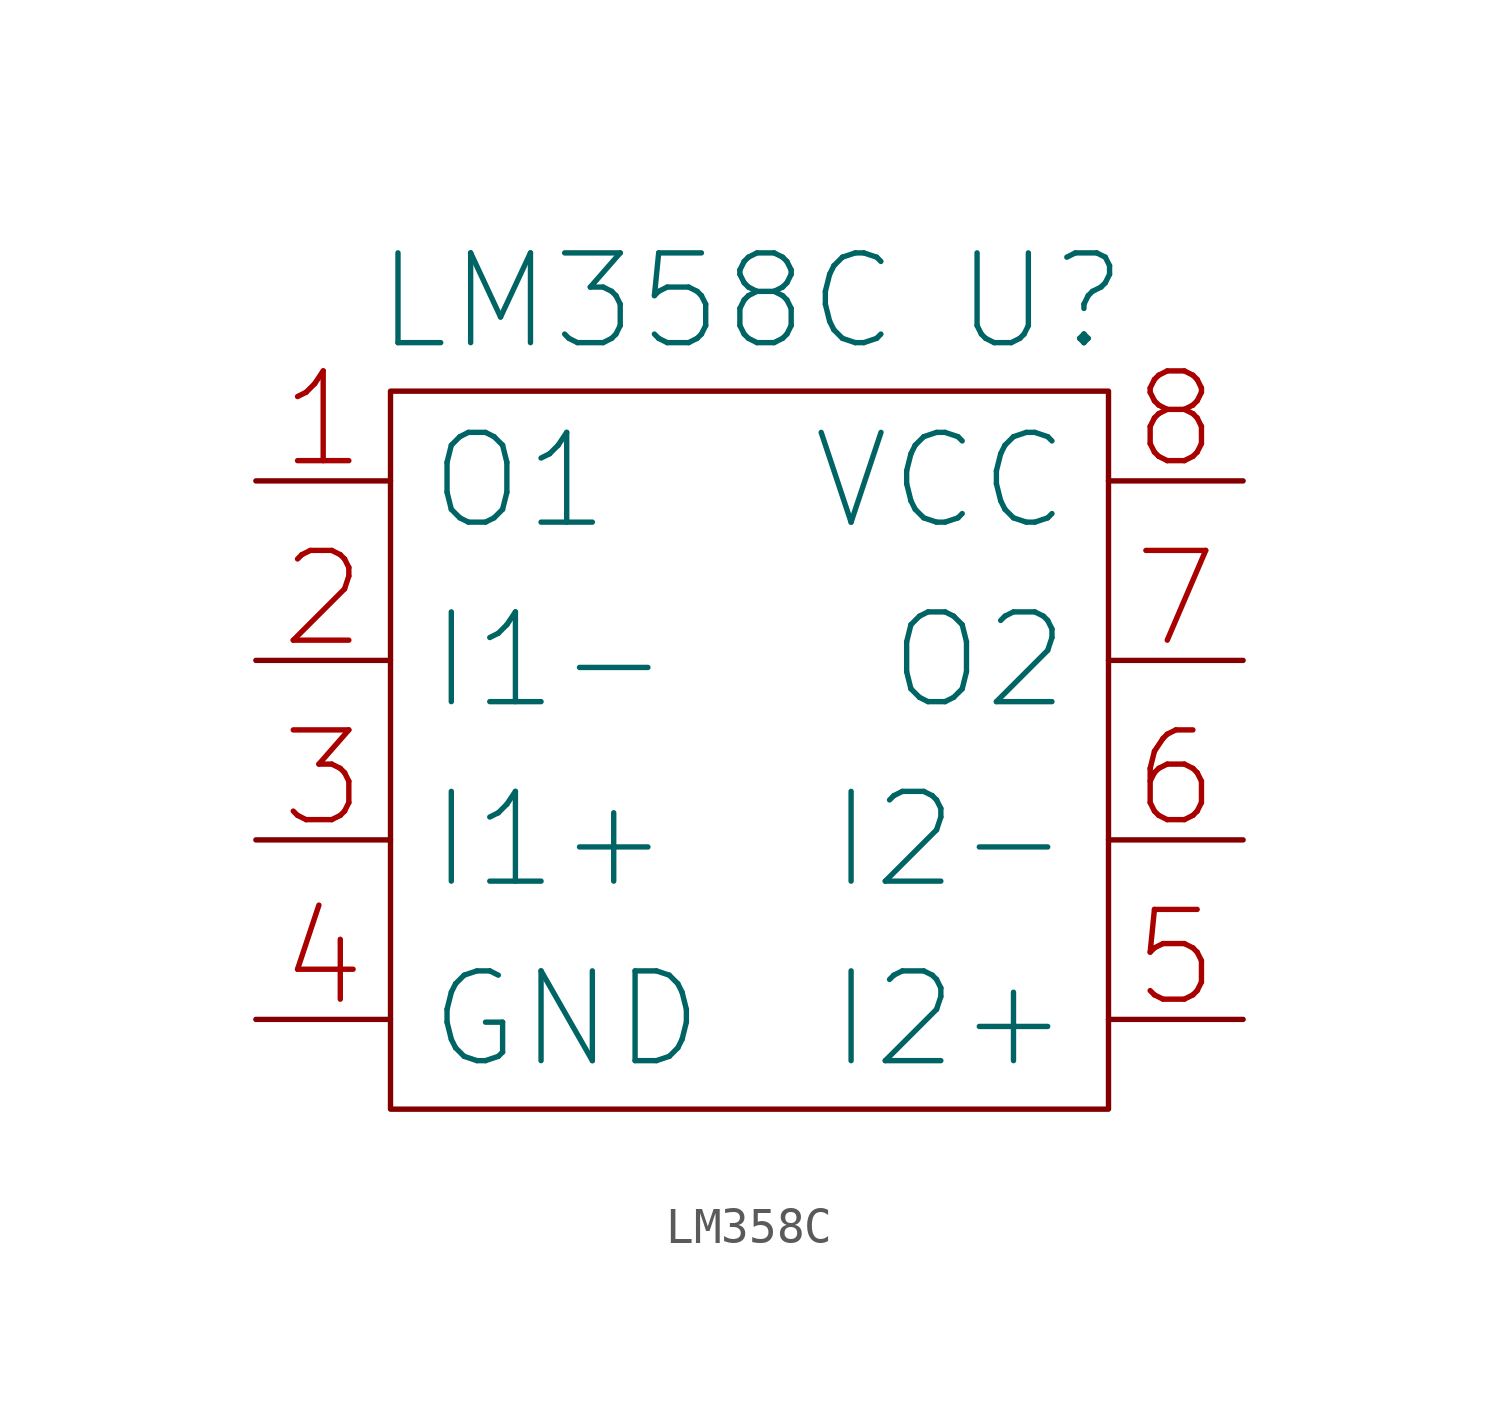
<source format=kicad_sym>
(kicad_symbol_lib
  (version 20211014)
  (generator kicad_symbol_editor)
  (symbol "LM358C"
    (pin_names
      (offset 1.016))
    (property "Reference" "U"
      (at 22.225 5.08 0)
      (effects (font (size 2.54 2.54))))
    (property "Value" "LM358C"
      (at 10.795 5.08 0)
      (effects (font (size 2.54 2.54))))
    (symbol "LM358C_0_1"
      (rectangle (start 3.81 2.54) (end 24.13 -17.78) (stroke (width 0) (type default) (color 0 0 0 0)) (fill (type none))))
    (symbol "LM358C_1_1"
      (pin input line (at 0 0 0) (length 3.81) (name "O1" (effects (font (size 2.54 2.54)))) (number "1" (effects (font (size 2.54 2.54)))))
      (pin input line (at 0 -5.08 0) (length 3.81) (name "I1-" (effects (font (size 2.54 2.54)))) (number "2" (effects (font (size 2.54 2.54)))))
      (pin input line (at 0 -10.16 0) (length 3.81) (name "I1+" (effects (font (size 2.54 2.54)))) (number "3" (effects (font (size 2.54 2.54)))))
      (pin input line (at 0 -15.24 0) (length 3.81) (name "GND" (effects (font (size 2.54 2.54)))) (number "4" (effects (font (size 2.54 2.54)))))
      (pin input line (at 27.94 -15.24 180) (length 3.81) (name "I2+" (effects (font (size 2.54 2.54)))) (number "5" (effects (font (size 2.54 2.54)))))
      (pin input line (at 27.94 -10.16 180) (length 3.81) (name "I2-" (effects (font (size 2.54 2.54)))) (number "6" (effects (font (size 2.54 2.54)))))
      (pin input line (at 27.94 -5.08 180) (length 3.81) (name "O2" (effects (font (size 2.54 2.54)))) (number "7" (effects (font (size 2.54 2.54)))))
      (pin input line (at 27.94 0 180) (length 3.81) (name "VCC" (effects (font (size 2.54 2.54)))) (number "8" (effects (font (size 2.54 2.54))))))))
</source>
